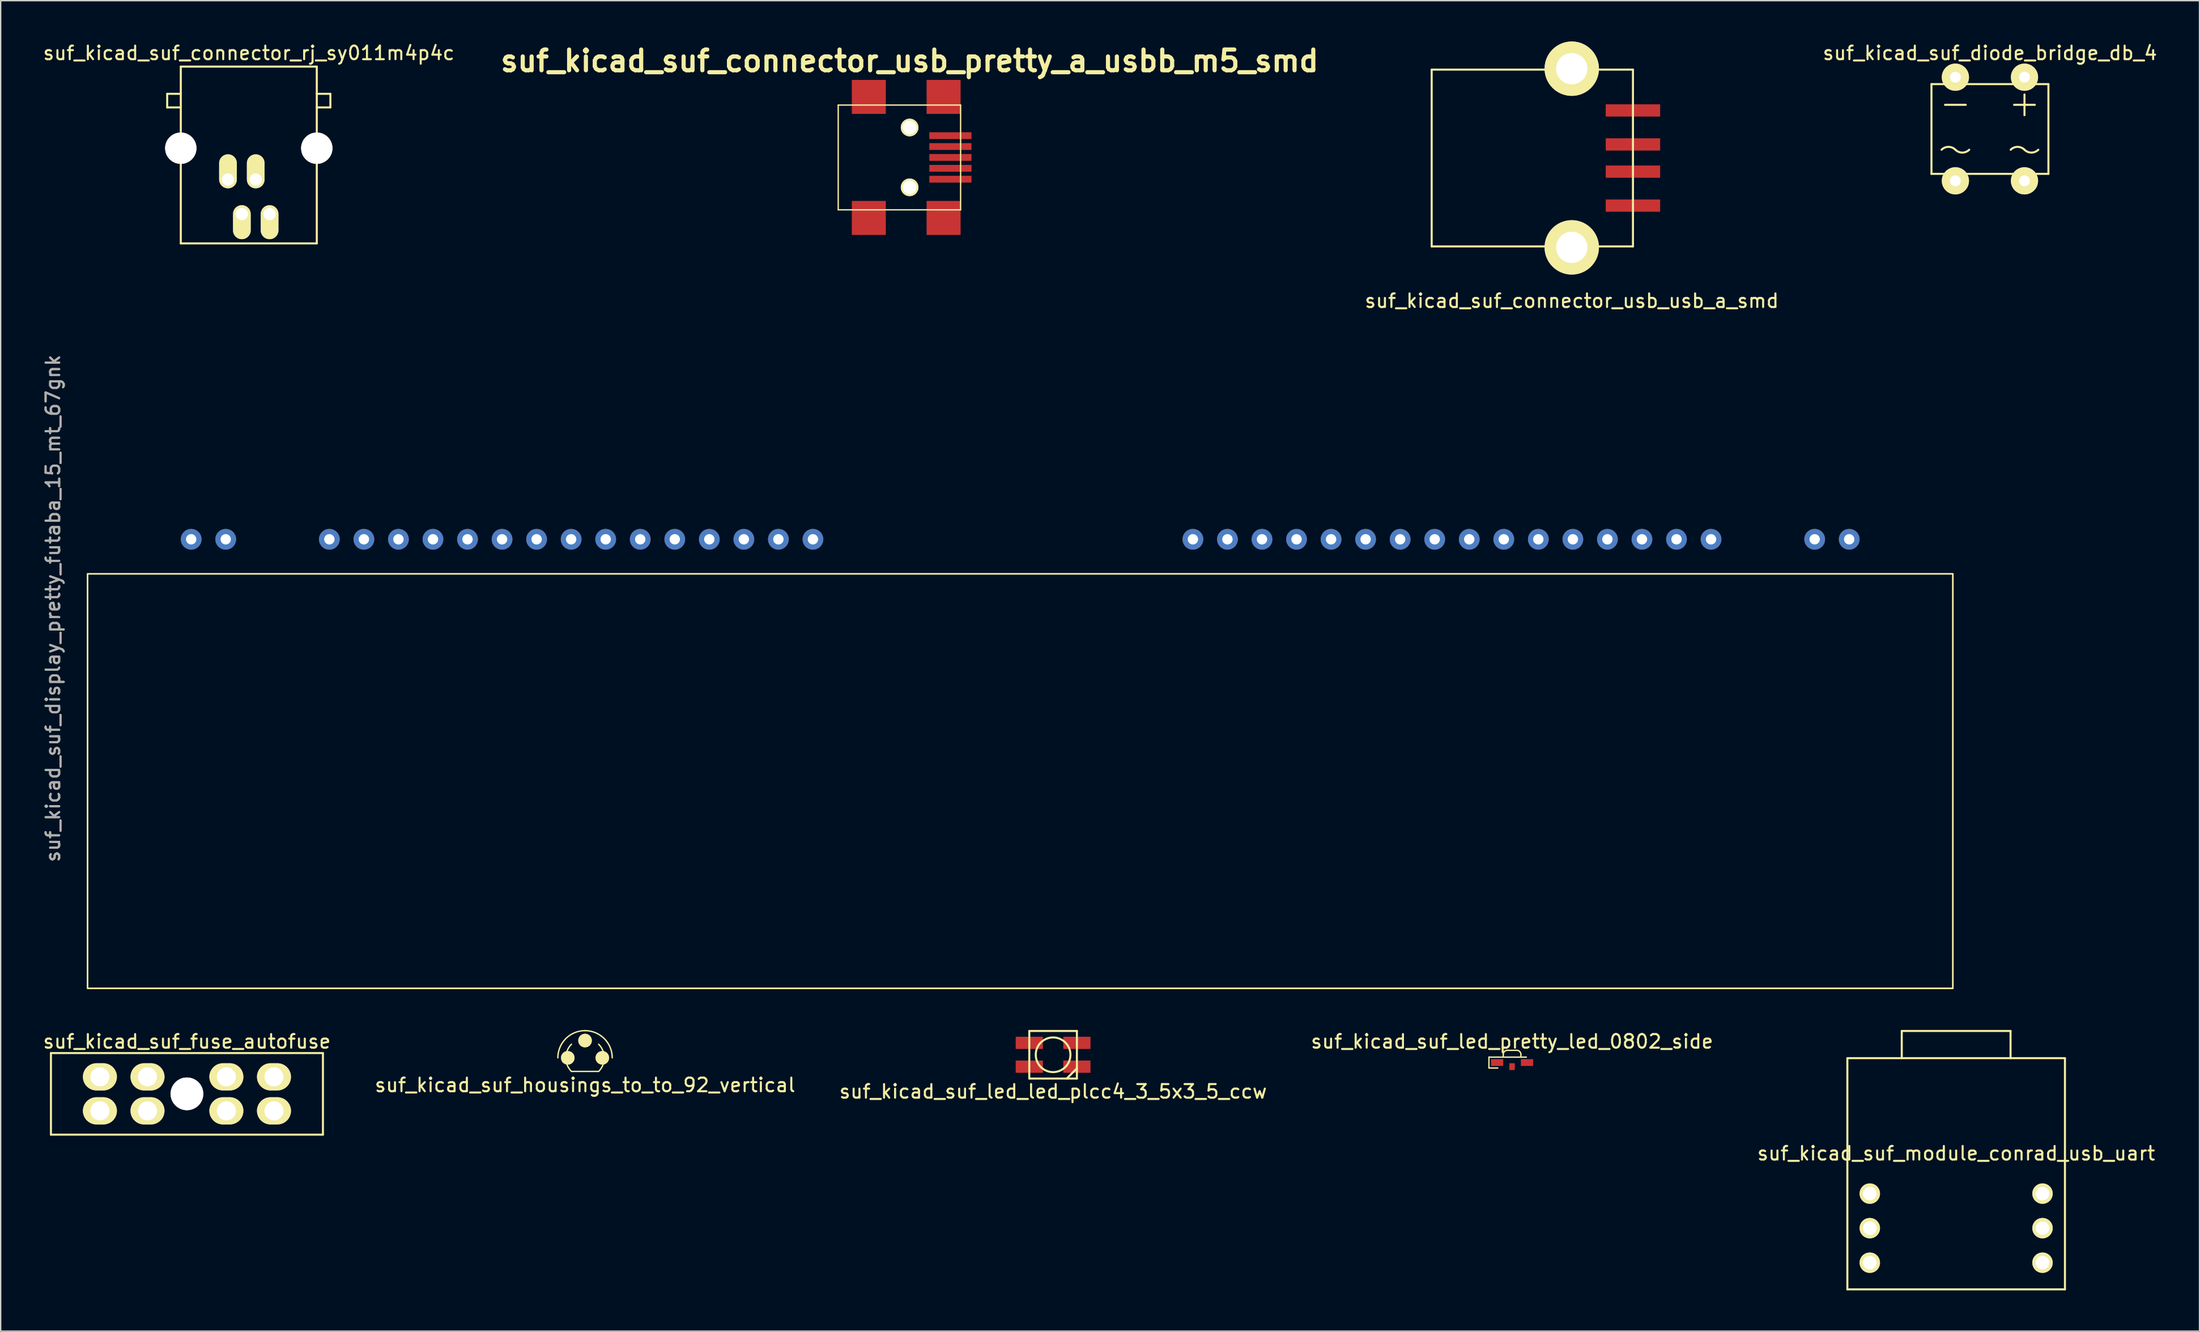
<source format=kicad_pcb>
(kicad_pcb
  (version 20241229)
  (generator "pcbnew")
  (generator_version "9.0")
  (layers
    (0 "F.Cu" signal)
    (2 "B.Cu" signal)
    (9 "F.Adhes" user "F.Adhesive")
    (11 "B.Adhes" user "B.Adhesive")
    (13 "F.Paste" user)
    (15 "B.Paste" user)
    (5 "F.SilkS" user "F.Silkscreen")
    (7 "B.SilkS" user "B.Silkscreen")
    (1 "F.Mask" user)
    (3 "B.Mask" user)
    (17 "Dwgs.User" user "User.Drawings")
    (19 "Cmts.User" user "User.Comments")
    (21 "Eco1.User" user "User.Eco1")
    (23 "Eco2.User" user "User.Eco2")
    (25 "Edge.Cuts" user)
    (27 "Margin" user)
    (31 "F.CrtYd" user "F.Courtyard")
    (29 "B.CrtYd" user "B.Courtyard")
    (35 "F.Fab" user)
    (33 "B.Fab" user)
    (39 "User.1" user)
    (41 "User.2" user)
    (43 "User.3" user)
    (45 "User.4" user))
  (footprint "suf_kicad_suf_display_pretty_futaba_15_mt_67gnk"
    (layer "F.Cu")
    (at 132.928 36.606)
    (property "Reference" "suf_kicad_suf_display_pretty_futaba_15_mt_67gnk" (at -132.08 5.08 90) (unlocked yes) (layer "F.SilkS") (effects (font (size 1 1) (thickness 0.15))))
    (attr through_hole)
    (fp_rect (start -129.54 2.54) (end 7.62 33.02) (stroke (width 0.12) (type solid)) (fill no) (layer "F.SilkS"))
    (fp_text user "${REFERENCE}" (at -132.08 5.08 90) (unlocked yes) (layer "F.Fab") (effects (font (size 1 1) (thickness 0.15))))
    (pad "1" thru_hole circle (at 0 0) (size 1.524 1.524) (drill 0.762) (layers "*.Cu" "*.Mask"))
    (pad "2" thru_hole circle (at -2.54 0) (size 1.524 1.524) (drill 0.762) (layers "*.Cu" "*.Mask"))
    (pad "5" thru_hole circle (at -10.16 0) (size 1.524 1.524) (drill 0.762) (layers "*.Cu" "*.Mask"))
    (pad "6" thru_hole circle (at -12.7 0) (size 1.524 1.524) (drill 0.762) (layers "*.Cu" "*.Mask"))
    (pad "7" thru_hole circle (at -15.24 0) (size 1.524 1.524) (drill 0.762) (layers "*.Cu" "*.Mask"))
    (pad "8" thru_hole circle (at -17.78 0) (size 1.524 1.524) (drill 0.762) (layers "*.Cu" "*.Mask"))
    (pad "9" thru_hole circle (at -20.32 0) (size 1.524 1.524) (drill 0.762) (layers "*.Cu" "*.Mask"))
    (pad "10" thru_hole circle (at -22.86 0) (size 1.524 1.524) (drill 0.762) (layers "*.Cu" "*.Mask"))
    (pad "11" thru_hole circle (at -25.4 0) (size 1.524 1.524) (drill 0.762) (layers "*.Cu" "*.Mask"))
    (pad "12" thru_hole circle (at -27.94 0) (size 1.524 1.524) (drill 0.762) (layers "*.Cu" "*.Mask"))
    (pad "13" thru_hole circle (at -30.48 0) (size 1.524 1.524) (drill 0.762) (layers "*.Cu" "*.Mask"))
    (pad "14" thru_hole circle (at -33.02 0) (size 1.524 1.524) (drill 0.762) (layers "*.Cu" "*.Mask"))
    (pad "15" thru_hole circle (at -35.56 0) (size 1.524 1.524) (drill 0.762) (layers "*.Cu" "*.Mask"))
    (pad "16" thru_hole circle (at -38.1 0) (size 1.524 1.524) (drill 0.762) (layers "*.Cu" "*.Mask"))
    (pad "17" thru_hole circle (at -40.64 0) (size 1.524 1.524) (drill 0.762) (layers "*.Cu" "*.Mask"))
    (pad "18" thru_hole circle (at -43.18 0) (size 1.524 1.524) (drill 0.762) (layers "*.Cu" "*.Mask"))
    (pad "19" thru_hole circle (at -45.72 0) (size 1.524 1.524) (drill 0.762) (layers "*.Cu" "*.Mask"))
    (pad "20" thru_hole circle (at -48.26 0) (size 1.524 1.524) (drill 0.762) (layers "*.Cu" "*.Mask"))
    (pad "31" thru_hole circle (at -76.2 0) (size 1.524 1.524) (drill 0.762) (layers "*.Cu" "*.Mask"))
    (pad "32" thru_hole circle (at -78.74 0) (size 1.524 1.524) (drill 0.762) (layers "*.Cu" "*.Mask"))
    (pad "33" thru_hole circle (at -81.28 0) (size 1.524 1.524) (drill 0.762) (layers "*.Cu" "*.Mask"))
    (pad "34" thru_hole circle (at -83.82 0) (size 1.524 1.524) (drill 0.762) (layers "*.Cu" "*.Mask"))
    (pad "35" thru_hole circle (at -86.36 0) (size 1.524 1.524) (drill 0.762) (layers "*.Cu" "*.Mask"))
    (pad "36" thru_hole circle (at -88.9 0) (size 1.524 1.524) (drill 0.762) (layers "*.Cu" "*.Mask"))
    (pad "37" thru_hole circle (at -91.44 0) (size 1.524 1.524) (drill 0.762) (layers "*.Cu" "*.Mask"))
    (pad "38" thru_hole circle (at -93.98 0) (size 1.524 1.524) (drill 0.762) (layers "*.Cu" "*.Mask"))
    (pad "39" thru_hole circle (at -96.52 0) (size 1.524 1.524) (drill 0.762) (layers "*.Cu" "*.Mask"))
    (pad "40" thru_hole circle (at -99.06 0) (size 1.524 1.524) (drill 0.762) (layers "*.Cu" "*.Mask"))
    (pad "41" thru_hole circle (at -101.6 0) (size 1.524 1.524) (drill 0.762) (layers "*.Cu" "*.Mask"))
    (pad "42" thru_hole circle (at -104.14 0) (size 1.524 1.524) (drill 0.762) (layers "*.Cu" "*.Mask"))
    (pad "43" thru_hole circle (at -106.68 0) (size 1.524 1.524) (drill 0.762) (layers "*.Cu" "*.Mask"))
    (pad "44" thru_hole circle (at -109.22 0) (size 1.524 1.524) (drill 0.762) (layers "*.Cu" "*.Mask"))
    (pad "45" thru_hole circle (at -111.76 0) (size 1.524 1.524) (drill 0.762) (layers "*.Cu" "*.Mask"))
    (pad "48" thru_hole circle (at -119.38 0) (size 1.524 1.524) (drill 0.762) (layers "*.Cu" "*.Mask"))
    (pad "49" thru_hole circle (at -121.92 0) (size 1.524 1.524) (drill 0.762) (layers "*.Cu" "*.Mask")))
  (footprint "suf_kicad_suf_connector_usb_pretty_a_usbb_m5_smd"
    (layer "F.Cu")
    (at 63.837 8.526)
    (property "Reference" "suf_kicad_suf_connector_usb_pretty_a_usbb_m5_smd" (at 0 -7.099 0) (layer "F.SilkS") (effects (font (size 1.524 1.524) (thickness 0.305))))
    (attr through_hole)
    (fp_line (start -5.25 -3.851) (end -5.25 3.851) (stroke (width 0.099) (type solid)) (layer "F.SilkS"))
    (fp_line (start -5.25 -3.851) (end 3.749 -3.851) (stroke (width 0.099) (type solid)) (layer "F.SilkS"))
    (fp_line (start 3.749 -3.851) (end 3.749 3.851) (stroke (width 0.099) (type solid)) (layer "F.SilkS"))
    (fp_line (start 3.749 3.851) (end -5.25 3.851) (stroke (width 0.099) (type solid)) (layer "F.SilkS"))
    (pad "" thru_hole circle (at 0 -2.2) (size 1.3 1.3) (drill 1.001) (layers "*.Cu" "*.Mask" "F.SilkS"))
    (pad "" thru_hole circle (at 0 2.2) (size 1.3 1.3) (drill 1.001) (layers "*.Cu" "*.Mask" "F.SilkS"))
    (pad "1" smd rect (at 3 -1.6 90) (size 0.5 3.099) (layers "F.Cu" "F.Mask" "F.Paste"))
    (pad "2" smd rect (at 3 -0.8 90) (size 0.5 3.099) (layers "F.Cu" "F.Mask" "F.Paste"))
    (pad "3" smd rect (at 3 0 90) (size 0.5 3.099) (layers "F.Cu" "F.Mask" "F.Paste"))
    (pad "4" smd rect (at 3 0.8 90) (size 0.5 3.099) (layers "F.Cu" "F.Mask" "F.Paste"))
    (pad "5" smd rect (at 3 1.6 90) (size 0.5 3.099) (layers "F.Cu" "F.Mask" "F.Paste"))
    (pad "S1" smd rect (at 2.499 -4.45) (size 2.499 2.499) (layers "F.Cu" "F.Mask" "F.Paste"))
    (pad "S2" smd rect (at 2.499 4.45) (size 2.499 2.499) (layers "F.Cu" "F.Mask" "F.Paste"))
    (pad "S3" smd rect (at -3 -4.45) (size 2.499 2.499) (layers "F.Cu" "F.Mask" "F.Paste"))
    (pad "S4" smd rect (at -3 4.45) (size 2.499 2.499) (layers "F.Cu" "F.Mask" "F.Paste")))
  (footprint "suf_kicad_suf_module_conrad_usb_uart"
    (layer "F.Cu")
    (at 140.792 87.261)
    (property "Reference" "suf_kicad_suf_module_conrad_usb_uart" (at 0 -5.5 0) (layer "F.SilkS") (effects (font (size 1 1) (thickness 0.15))))
    (attr through_hole)
    (fp_line (start -8 -12.5) (end 8 -12.5) (stroke (width 0.15) (type solid)) (layer "F.SilkS"))
    (fp_line (start -8 4.5) (end -8 -12.5) (stroke (width 0.15) (type solid)) (layer "F.SilkS"))
    (fp_line (start -4 -14.5) (end 4 -14.5) (stroke (width 0.15) (type solid)) (layer "F.SilkS"))
    (fp_line (start -4 -12.5) (end -4 -14.5) (stroke (width 0.15) (type solid)) (layer "F.SilkS"))
    (fp_line (start 4 -14.5) (end 4 -12.5) (stroke (width 0.15) (type solid)) (layer "F.SilkS"))
    (fp_line (start 8 -12.5) (end 8 4.5) (stroke (width 0.15) (type solid)) (layer "F.SilkS"))
    (fp_line (start 8 4.5) (end -8 4.5) (stroke (width 0.15) (type solid)) (layer "F.SilkS"))
    (pad "1" thru_hole circle (at -6.35 -2.54) (size 1.5 1.5) (drill 1) (layers "*.Cu" "*.Mask" "F.SilkS"))
    (pad "2" thru_hole circle (at -6.35 0) (size 1.5 1.5) (drill 1) (layers "*.Cu" "*.Mask" "F.SilkS"))
    (pad "3" thru_hole circle (at -6.35 2.54) (size 1.5 1.5) (drill 1) (layers "*.Cu" "*.Mask" "F.SilkS"))
    (pad "4" thru_hole circle (at 6.35 2.54) (size 1.5 1.5) (drill 1) (layers "*.Cu" "*.Mask" "F.SilkS"))
    (pad "5" thru_hole circle (at 6.35 0) (size 1.5 1.5) (drill 1) (layers "*.Cu" "*.Mask" "F.SilkS"))
    (pad "6" thru_hole circle (at 6.35 -2.54) (size 1.5 1.5) (drill 1) (layers "*.Cu" "*.Mask" "F.SilkS")))
  (footprint "suf_kicad_suf_connector_usb_usb_a_smd"
    (layer "F.Cu")
    (at 112.526 8.57)
    (property "Reference" "suf_kicad_suf_connector_usb_usb_a_smd" (at 0 10.5 0) (layer "F.SilkS") (effects (font (size 1 1) (thickness 0.15))))
    (attr through_hole)
    (fp_line (start -10.3 -6.5) (end -10.3 6.5) (stroke (width 0.15) (type solid)) (layer "F.SilkS"))
    (fp_line (start -10.3 6.5) (end 4.5 6.5) (stroke (width 0.15) (type solid)) (layer "F.SilkS"))
    (fp_line (start 4.5 -6.5) (end -10.3 -6.5) (stroke (width 0.15) (type solid)) (layer "F.SilkS"))
    (fp_line (start 4.5 6.5) (end 4.5 -6.5) (stroke (width 0.15) (type solid)) (layer "F.SilkS"))
    (pad "" thru_hole circle (at 0 -6.57) (size 4 4) (drill 2.3) (layers "*.Cu" "*.Mask" "F.SilkS"))
    (pad "" thru_hole circle (at 0 6.57) (size 4 4) (drill 2.3) (layers "*.Cu" "*.Mask" "F.SilkS"))
    (pad "1" smd rect (at 4.5 -3.5) (size 4 0.9) (layers "F.Cu" "F.Mask" "F.Paste"))
    (pad "2" smd rect (at 4.5 -1) (size 4 0.9) (layers "F.Cu" "F.Mask" "F.Paste"))
    (pad "3" smd rect (at 4.5 1) (size 4 0.9) (layers "F.Cu" "F.Mask" "F.Paste"))
    (pad "4" smd rect (at 4.5 3.5) (size 4 0.9) (layers "F.Cu" "F.Mask" "F.Paste")))
  (footprint "suf_kicad_suf_led_pretty_led_0802_side"
    (layer "F.Cu")
    (at 108.137 75.084)
    (property "Reference" "suf_kicad_suf_led_pretty_led_0802_side" (at 0 -1.55 0) (unlocked yes) (layer "F.SilkS") (effects (font (size 1 1) (thickness 0.15))))
    (attr smd)
    (fp_line (start -1.7 -0.4) (end -1.7 0.4) (stroke (width 0.1) (type default)) (layer "F.SilkS"))
    (fp_line (start -1.7 0.4) (end -1.05 0.4) (stroke (width 0.1) (type default)) (layer "F.SilkS"))
    (fp_line (start -1.05 -0.4) (end -1.7 -0.4) (stroke (width 0.1) (type default)) (layer "F.SilkS"))
    (fp_line (start -1.05 -0.4) (end 1.05 -0.4) (stroke (width 0.1) (type default)) (layer "F.SilkS"))
    (fp_line (start -0.65 -0.4) (end -0.65 -0.6) (stroke (width 0.1) (type default)) (layer "F.SilkS"))
    (fp_line (start -0.35 -0.9) (end 0.35 -0.9) (stroke (width 0.1) (type default)) (layer "F.SilkS"))
    (fp_line (start 0.65 -0.4) (end 0.65 -0.6) (stroke (width 0.1) (type default)) (layer "F.SilkS"))
    (fp_arc (start -0.65 -0.6) (mid -0.562132 -0.812132) (end -0.35 -0.9) (stroke (width 0.1) (type default)) (layer "F.SilkS"))
    (fp_arc (start 0.35 -0.9) (mid 0.562132 -0.812132) (end 0.65 -0.6) (stroke (width 0.1) (type default)) (layer "F.SilkS"))
    (pad "" smd rect (at 0 0.3) (size 0.4 0.5) (layers "F.Cu" "F.Mask" "F.Paste"))
    (pad "1" smd rect (at -1.1 0) (size 0.9 0.5) (layers "F.Cu" "F.Mask" "F.Paste"))
    (pad "2" smd rect (at 1.1 0) (size 0.9 0.5) (layers "F.Cu" "F.Mask" "F.Paste")))
  (footprint "suf_kicad_suf_led_led_plcc4_3_5x3_5_ccw"
    (layer "F.Cu")
    (at 74.387 74.511)
    (property "Reference" "suf_kicad_suf_led_led_plcc4_3_5x3_5_ccw" (at 0 2.7 0) (layer "F.SilkS") (effects (font (size 1 1) (thickness 0.15))))
    (attr through_hole)
    (fp_line (start -1.75 -1.75) (end 1.75 -1.75) (stroke (width 0.15) (type solid)) (layer "F.SilkS"))
    (fp_line (start -1.75 1.75) (end -1.75 -1.75) (stroke (width 0.15) (type solid)) (layer "F.SilkS"))
    (fp_line (start 1 1.75) (end 1.75 1) (stroke (width 0.15) (type solid)) (layer "F.SilkS"))
    (fp_line (start 1.75 -1.75) (end 1.75 1.75) (stroke (width 0.15) (type solid)) (layer "F.SilkS"))
    (fp_line (start 1.75 1.75) (end -1.75 1.75) (stroke (width 0.15) (type solid)) (layer "F.SilkS"))
    (fp_circle (center 0 0) (end -1.25 0.25) (stroke (width 0.15) (type solid)) (fill no) (layer "F.SilkS"))
    (pad "1" smd rect (at -1.75 -0.875) (size 2 0.9) (layers "F.Cu" "F.Mask" "F.Paste"))
    (pad "2" smd rect (at -1.75 0.875) (size 2 0.9) (layers "F.Cu" "F.Mask" "F.Paste"))
    (pad "3" smd rect (at 1.75 0.875) (size 2 0.9) (layers "F.Cu" "F.Mask" "F.Paste"))
    (pad "4" smd rect (at 1.75 -0.875) (size 2 0.9) (layers "F.Cu" "F.Mask" "F.Paste")))
  (footprint "suf_kicad_suf_housings_to_to_92_vertical"
    (layer "F.Cu")
    (at 39.97 74.736)
    (property "Reference" "suf_kicad_suf_housings_to_to_92_vertical" (at 0 2 0) (layer "F.SilkS") (effects (font (size 1 1) (thickness 0.15))))
    (attr through_hole)
    (fp_line (start -1 1) (end 1 1) (stroke (width 0.1) (type solid)) (layer "F.SilkS"))
    (fp_arc (start -2 0) (mid -1.414214 -1.414214) (end 0 -2) (stroke (width 0.1) (type solid)) (layer "F.SilkS"))
    (fp_arc (start -1 1) (mid -1.414214 0) (end -1 -1) (stroke (width 0.1) (type solid)) (layer "F.SilkS"))
    (fp_arc (start 0 -2) (mid 1.414214 -1.414214) (end 2 0) (stroke (width 0.1) (type solid)) (layer "F.SilkS"))
    (fp_arc (start 1 -1) (mid 1.414214 0) (end 1 1) (stroke (width 0.1) (type solid)) (layer "F.SilkS"))
    (pad "1" thru_hole circle (at -1.27 0) (size 1 1) (drill 0.000001) (layers "*.Cu" "*.Mask" "F.SilkS"))
    (pad "2" thru_hole circle (at 0 -1.27) (size 1 1) (drill 0.000001) (layers "*.Cu" "*.Mask" "F.SilkS"))
    (pad "3" thru_hole circle (at 1.27 0) (size 1 1) (drill 0.000001) (layers "*.Cu" "*.Mask" "F.SilkS")))
  (footprint "suf_kicad_suf_connector_rj_sy011m4p4c"
    (layer "F.Cu")
    (at 15.244 7.848)
    (property "Reference" "suf_kicad_suf_connector_rj_sy011m4p4c" (at 0 -7 0) (layer "F.SilkS") (effects (font (size 1 1) (thickness 0.15))))
    (attr through_hole)
    (fp_line (start -6 -4) (end -6 -3) (stroke (width 0.15) (type solid)) (layer "F.SilkS"))
    (fp_line (start -6 -3) (end -5 -3) (stroke (width 0.15) (type solid)) (layer "F.SilkS"))
    (fp_line (start -5 -6) (end 5 -6) (stroke (width 0.15) (type solid)) (layer "F.SilkS"))
    (fp_line (start -5 -4) (end -6 -4) (stroke (width 0.15) (type solid)) (layer "F.SilkS"))
    (fp_line (start -5 7) (end -5 -6) (stroke (width 0.15) (type solid)) (layer "F.SilkS"))
    (fp_line (start 5 -6) (end 5 7) (stroke (width 0.15) (type solid)) (layer "F.SilkS"))
    (fp_line (start 5 -4) (end 6 -4) (stroke (width 0.15) (type solid)) (layer "F.SilkS"))
    (fp_line (start 5 7) (end -5 7) (stroke (width 0.15) (type solid)) (layer "F.SilkS"))
    (fp_line (start 6 -4) (end 6 -3) (stroke (width 0.15) (type solid)) (layer "F.SilkS"))
    (fp_line (start 6 -3) (end 5 -3) (stroke (width 0.15) (type solid)) (layer "F.SilkS"))
    (pad "" thru_hole circle (at -5 0) (size 2.3 2.3) (drill 2.3) (layers "*.Cu" "*.Mask" "F.SilkS"))
    (pad "" thru_hole circle (at 5 0) (size 2.3 2.3) (drill 2.3) (layers "*.Cu" "*.Mask" "F.SilkS"))
    (pad "1" thru_hole oval (at -1.53 2.3) (size 1.3 2.5) (drill 0.9 (offset 0 -0.6)) (layers "*.Cu" "*.Mask" "F.SilkS"))
    (pad "2" thru_hole oval (at -0.51 4.84) (size 1.3 2.5) (drill 0.9 (offset 0 0.6)) (layers "*.Cu" "*.Mask" "F.SilkS"))
    (pad "3" thru_hole oval (at 0.51 2.3) (size 1.3 2.5) (drill 0.9 (offset 0 -0.6)) (layers "*.Cu" "*.Mask" "F.SilkS"))
    (pad "4" thru_hole oval (at 1.53 4.84) (size 1.3 2.5) (drill 0.9 (offset 0 0.6)) (layers "*.Cu" "*.Mask" "F.SilkS")))
  (footprint "suf_kicad_suf_diode_bridge_db_4"
    (layer "F.Cu")
    (at 143.276 6.436)
    (property "Reference" "suf_kicad_suf_diode_bridge_db_4" (at 0 -5.588 0) (layer "F.SilkS") (effects (font (size 1 1) (thickness 0.15))))
    (attr through_hole)
    (fp_line (start -4.3 -3.3) (end 4.3 -3.3) (stroke (width 0.15) (type solid)) (layer "F.SilkS"))
    (fp_line (start -4.3 3.3) (end -4.3 -3.3) (stroke (width 0.15) (type solid)) (layer "F.SilkS"))
    (fp_line (start -3.302 -1.778) (end -1.778 -1.778) (stroke (width 0.15) (type solid)) (layer "F.SilkS"))
    (fp_line (start 1.778 -1.778) (end 3.302 -1.778) (stroke (width 0.15) (type solid)) (layer "F.SilkS"))
    (fp_line (start 2.54 -2.54) (end 2.54 -1.016) (stroke (width 0.15) (type solid)) (layer "F.SilkS"))
    (fp_line (start 4.3 -3.3) (end 4.3 3.3) (stroke (width 0.15) (type solid)) (layer "F.SilkS"))
    (fp_line (start 4.3 3.3) (end -4.3 3.3) (stroke (width 0.15) (type solid)) (layer "F.SilkS"))
    (fp_arc (start -3.556 1.524) (mid -3.048 1.31358) (end -2.54 1.524) (stroke (width 0.15) (type solid)) (layer "F.SilkS"))
    (fp_arc (start -1.524 1.524) (mid -2.032 1.73442) (end -2.54 1.524) (stroke (width 0.15) (type solid)) (layer "F.SilkS"))
    (fp_arc (start 1.524 1.524) (mid 2.032 1.31358) (end 2.54 1.524) (stroke (width 0.15) (type solid)) (layer "F.SilkS"))
    (fp_arc (start 3.556 1.524) (mid 3.048 1.73442) (end 2.54 1.524) (stroke (width 0.15) (type solid)) (layer "F.SilkS"))
    (pad "1" thru_hole circle (at -2.54 -3.81) (size 2 2) (drill 0.8) (layers "*.Cu" "*.Mask" "F.SilkS"))
    (pad "2" thru_hole circle (at -2.54 3.81) (size 2 2) (drill 0.8) (layers "*.Cu" "*.Mask" "F.SilkS"))
    (pad "3" thru_hole circle (at 2.54 3.81) (size 2 2) (drill 0.8) (layers "*.Cu" "*.Mask" "F.SilkS"))
    (pad "4" thru_hole circle (at 2.54 -3.81) (size 2 2) (drill 0.8) (layers "*.Cu" "*.Mask" "F.SilkS")))
  (footprint "suf_kicad_suf_fuse_autofuse"
    (layer "F.Cu")
    (at 10.696 77.384)
    (property "Reference" "suf_kicad_suf_fuse_autofuse" (at 0 -3.85 0) (layer "F.SilkS") (effects (font (size 1 1) (thickness 0.15))))
    (attr through_hole)
    (fp_line (start -10 -3) (end -10 3) (stroke (width 0.15) (type solid)) (layer "F.SilkS"))
    (fp_line (start -10 3) (end 10 3) (stroke (width 0.15) (type solid)) (layer "F.SilkS"))
    (fp_line (start 10 -3) (end -10 -3) (stroke (width 0.15) (type solid)) (layer "F.SilkS"))
    (fp_line (start 10 3) (end 10 -3) (stroke (width 0.15) (type solid)) (layer "F.SilkS"))
    (pad "" thru_hole circle (at 0 0) (size 2.4 2.4) (drill 2.4) (layers "*.Cu" "*.Mask" "F.SilkS"))
    (pad "1" thru_hole oval (at -6.4 -1.25) (size 2.5 2) (drill 1.4) (layers "*.Cu" "*.Mask" "F.SilkS"))
    (pad "1" thru_hole oval (at -6.4 1.25) (size 2.5 2) (drill 1.4) (layers "*.Cu" "*.Mask" "F.SilkS"))
    (pad "1" thru_hole oval (at -2.9 -1.25) (size 2.5 2) (drill 1.4) (layers "*.Cu" "*.Mask" "F.SilkS"))
    (pad "1" thru_hole oval (at -2.9 1.25) (size 2.5 2) (drill 1.4) (layers "*.Cu" "*.Mask" "F.SilkS"))
    (pad "2" thru_hole oval (at 2.9 -1.25) (size 2.5 2) (drill 1.4) (layers "*.Cu" "*.Mask" "F.SilkS"))
    (pad "2" thru_hole oval (at 2.9 1.25) (size 2.5 2) (drill 1.4) (layers "*.Cu" "*.Mask" "F.SilkS"))
    (pad "2" thru_hole oval (at 6.4 -1.25) (size 2.5 2) (drill 1.4) (layers "*.Cu" "*.Mask" "F.SilkS"))
    (pad "2" thru_hole oval (at 6.4 1.25) (size 2.5 2) (drill 1.4) (layers "*.Cu" "*.Mask" "F.SilkS")))
  (gr_rect
    (start -3 -3)
    (end 158.687 94.836)
    (stroke (width 0.1) (type default))
    (fill no)
    (layer "Edge.Cuts")))
</source>
